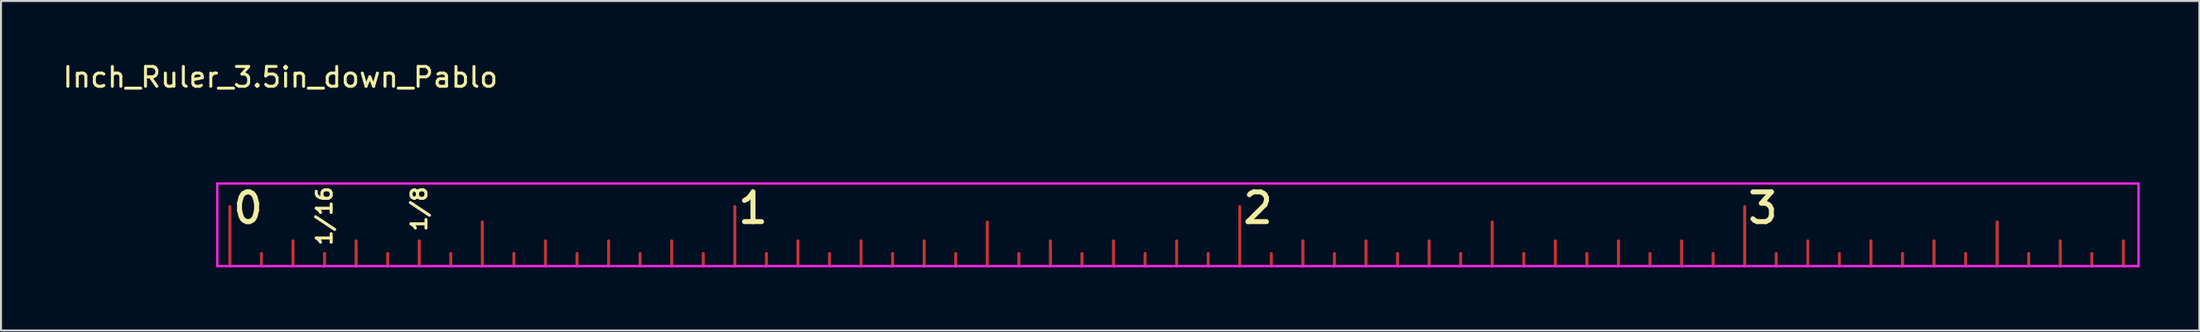
<source format=kicad_pcb>
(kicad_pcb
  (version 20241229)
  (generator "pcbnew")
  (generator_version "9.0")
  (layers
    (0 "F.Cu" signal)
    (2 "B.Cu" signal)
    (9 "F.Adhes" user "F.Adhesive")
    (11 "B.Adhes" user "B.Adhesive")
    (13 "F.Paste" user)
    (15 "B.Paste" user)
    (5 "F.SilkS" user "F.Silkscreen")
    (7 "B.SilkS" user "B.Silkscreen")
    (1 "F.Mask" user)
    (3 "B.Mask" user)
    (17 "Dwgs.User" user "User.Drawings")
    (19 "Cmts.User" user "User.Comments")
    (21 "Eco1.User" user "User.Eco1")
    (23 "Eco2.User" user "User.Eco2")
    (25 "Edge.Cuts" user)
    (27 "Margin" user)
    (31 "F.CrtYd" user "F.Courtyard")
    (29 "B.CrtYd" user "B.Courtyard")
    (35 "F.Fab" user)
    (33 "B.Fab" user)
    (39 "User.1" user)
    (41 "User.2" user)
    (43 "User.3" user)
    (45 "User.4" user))
  (footprint "Inch_Ruler_3.5in_down_Pablo"
    (layer "F.Cu")
    (at 8.514 10.373)
    (property "Reference" "Inch_Ruler_3.5in_down_Pablo" (at 2.54 -9.525 0) (layer "F.SilkS") (effects (font (size 1 1) (thickness 0.15))))
    (attr through_hole)
    (fp_line (start 0 0) (end 0 -3) (stroke (width 0.15) (type solid)) (layer "F.Cu"))
    (fp_line (start 1.587 0) (end 1.587 -0.635) (stroke (width 0.15) (type solid)) (layer "F.Cu"))
    (fp_line (start 3.175 0) (end 3.175 -1.27) (stroke (width 0.15) (type solid)) (layer "F.Cu"))
    (fp_line (start 4.763 0) (end 4.763 -0.635) (stroke (width 0.15) (type solid)) (layer "F.Cu"))
    (fp_line (start 6.35 0) (end 6.35 -1.27) (stroke (width 0.15) (type solid)) (layer "F.Cu"))
    (fp_line (start 7.938 0) (end 7.938 -0.635) (stroke (width 0.15) (type solid)) (layer "F.Cu"))
    (fp_line (start 9.525 0) (end 9.525 -1.27) (stroke (width 0.15) (type solid)) (layer "F.Cu"))
    (fp_line (start 11.113 0) (end 11.113 -0.635) (stroke (width 0.15) (type solid)) (layer "F.Cu"))
    (fp_line (start 12.7 0) (end 12.7 -2.223) (stroke (width 0.15) (type solid)) (layer "F.Cu"))
    (fp_line (start 14.287 0) (end 14.287 -0.635) (stroke (width 0.15) (type solid)) (layer "F.Cu"))
    (fp_line (start 15.875 0) (end 15.875 -1.27) (stroke (width 0.15) (type solid)) (layer "F.Cu"))
    (fp_line (start 17.462 0) (end 17.462 -0.635) (stroke (width 0.15) (type solid)) (layer "F.Cu"))
    (fp_line (start 19.05 0) (end 19.05 -1.27) (stroke (width 0.15) (type solid)) (layer "F.Cu"))
    (fp_line (start 20.637 0) (end 20.637 -0.635) (stroke (width 0.15) (type solid)) (layer "F.Cu"))
    (fp_line (start 22.225 0) (end 22.225 -1.27) (stroke (width 0.15) (type solid)) (layer "F.Cu"))
    (fp_line (start 23.812 0) (end 23.812 -0.635) (stroke (width 0.15) (type solid)) (layer "F.Cu"))
    (fp_line (start 25.4 0) (end 25.4 -3) (stroke (width 0.15) (type solid)) (layer "F.Cu"))
    (fp_line (start 26.988 0) (end 26.988 -0.635) (stroke (width 0.15) (type solid)) (layer "F.Cu"))
    (fp_line (start 28.575 0) (end 28.575 -1.27) (stroke (width 0.15) (type solid)) (layer "F.Cu"))
    (fp_line (start 30.163 0) (end 30.163 -0.635) (stroke (width 0.15) (type solid)) (layer "F.Cu"))
    (fp_line (start 31.75 0) (end 31.75 -1.27) (stroke (width 0.15) (type solid)) (layer "F.Cu"))
    (fp_line (start 33.337 0) (end 33.337 -0.635) (stroke (width 0.15) (type solid)) (layer "F.Cu"))
    (fp_line (start 34.925 0) (end 34.925 -1.27) (stroke (width 0.15) (type solid)) (layer "F.Cu"))
    (fp_line (start 36.513 0) (end 36.513 -0.635) (stroke (width 0.15) (type solid)) (layer "F.Cu"))
    (fp_line (start 38.1 0) (end 38.1 -2.223) (stroke (width 0.15) (type solid)) (layer "F.Cu"))
    (fp_line (start 39.688 0) (end 39.688 -0.635) (stroke (width 0.15) (type solid)) (layer "F.Cu"))
    (fp_line (start 41.275 0) (end 41.275 -1.27) (stroke (width 0.15) (type solid)) (layer "F.Cu"))
    (fp_line (start 42.862 0) (end 42.862 -0.635) (stroke (width 0.15) (type solid)) (layer "F.Cu"))
    (fp_line (start 44.45 0) (end 44.45 -1.27) (stroke (width 0.15) (type solid)) (layer "F.Cu"))
    (fp_line (start 46.038 0) (end 46.038 -0.635) (stroke (width 0.15) (type solid)) (layer "F.Cu"))
    (fp_line (start 47.625 0) (end 47.625 -1.27) (stroke (width 0.15) (type solid)) (layer "F.Cu"))
    (fp_line (start 49.212 0) (end 49.212 -0.635) (stroke (width 0.15) (type solid)) (layer "F.Cu"))
    (fp_line (start 50.8 0) (end 50.8 -3) (stroke (width 0.15) (type solid)) (layer "F.Cu"))
    (fp_line (start 52.388 0) (end 52.388 -0.635) (stroke (width 0.15) (type solid)) (layer "F.Cu"))
    (fp_line (start 53.975 0) (end 53.975 -1.27) (stroke (width 0.15) (type solid)) (layer "F.Cu"))
    (fp_line (start 55.562 0) (end 55.562 -0.635) (stroke (width 0.15) (type solid)) (layer "F.Cu"))
    (fp_line (start 57.15 0) (end 57.15 -1.27) (stroke (width 0.15) (type solid)) (layer "F.Cu"))
    (fp_line (start 58.737 0) (end 58.737 -0.635) (stroke (width 0.15) (type solid)) (layer "F.Cu"))
    (fp_line (start 60.325 0) (end 60.325 -1.27) (stroke (width 0.15) (type solid)) (layer "F.Cu"))
    (fp_line (start 61.913 0) (end 61.913 -0.635) (stroke (width 0.15) (type solid)) (layer "F.Cu"))
    (fp_line (start 63.5 0) (end 63.5 -2.223) (stroke (width 0.15) (type solid)) (layer "F.Cu"))
    (fp_line (start 65.088 0) (end 65.088 -0.635) (stroke (width 0.15) (type solid)) (layer "F.Cu"))
    (fp_line (start 66.675 0) (end 66.675 -1.27) (stroke (width 0.15) (type solid)) (layer "F.Cu"))
    (fp_line (start 68.263 0) (end 68.263 -0.635) (stroke (width 0.15) (type solid)) (layer "F.Cu"))
    (fp_line (start 69.85 0) (end 69.85 -1.27) (stroke (width 0.15) (type solid)) (layer "F.Cu"))
    (fp_line (start 71.438 0) (end 71.438 -0.635) (stroke (width 0.15) (type solid)) (layer "F.Cu"))
    (fp_line (start 73.025 0) (end 73.025 -1.27) (stroke (width 0.15) (type solid)) (layer "F.Cu"))
    (fp_line (start 74.612 0) (end 74.612 -0.635) (stroke (width 0.15) (type solid)) (layer "F.Cu"))
    (fp_line (start 76.2 0) (end 76.2 -3) (stroke (width 0.15) (type solid)) (layer "F.Cu"))
    (fp_line (start 77.787 0) (end 77.787 -0.635) (stroke (width 0.15) (type solid)) (layer "F.Cu"))
    (fp_line (start 79.375 0) (end 79.375 -1.27) (stroke (width 0.15) (type solid)) (layer "F.Cu"))
    (fp_line (start 80.963 0) (end 80.963 -0.635) (stroke (width 0.15) (type solid)) (layer "F.Cu"))
    (fp_line (start 82.55 0) (end 82.55 -1.27) (stroke (width 0.15) (type solid)) (layer "F.Cu"))
    (fp_line (start 84.138 0) (end 84.138 -0.635) (stroke (width 0.15) (type solid)) (layer "F.Cu"))
    (fp_line (start 85.725 0) (end 85.725 -1.27) (stroke (width 0.15) (type solid)) (layer "F.Cu"))
    (fp_line (start 87.312 0) (end 87.312 -0.635) (stroke (width 0.15) (type solid)) (layer "F.Cu"))
    (fp_line (start 88.9 0) (end 88.9 -2.223) (stroke (width 0.15) (type solid)) (layer "F.Cu"))
    (fp_line (start 90.487 0) (end 90.487 -0.635) (stroke (width 0.15) (type solid)) (layer "F.Cu"))
    (fp_line (start 92.075 0) (end 92.075 -1.27) (stroke (width 0.15) (type solid)) (layer "F.Cu"))
    (fp_line (start 93.662 0) (end 93.662 -0.635) (stroke (width 0.15) (type solid)) (layer "F.Cu"))
    (fp_line (start 95.25 0) (end 95.25 -1.27) (stroke (width 0.15) (type solid)) (layer "F.Cu"))
    (fp_line (start 0 0) (end 0 -3) (stroke (width 0.15) (type solid)) (layer "F.Mask"))
    (fp_line (start 1.587 0) (end 1.587 -0.635) (stroke (width 0.15) (type solid)) (layer "F.Mask"))
    (fp_line (start 3.175 0) (end 3.175 -1.27) (stroke (width 0.15) (type solid)) (layer "F.Mask"))
    (fp_line (start 4.763 0) (end 4.763 -0.635) (stroke (width 0.15) (type solid)) (layer "F.Mask"))
    (fp_line (start 6.35 0) (end 6.35 -1.27) (stroke (width 0.15) (type solid)) (layer "F.Mask"))
    (fp_line (start 7.938 0) (end 7.938 -0.635) (stroke (width 0.15) (type solid)) (layer "F.Mask"))
    (fp_line (start 9.525 0) (end 9.525 -1.27) (stroke (width 0.15) (type solid)) (layer "F.Mask"))
    (fp_line (start 11.113 0) (end 11.113 -0.635) (stroke (width 0.15) (type solid)) (layer "F.Mask"))
    (fp_line (start 12.7 0) (end 12.7 -2.223) (stroke (width 0.15) (type solid)) (layer "F.Mask"))
    (fp_line (start 14.287 0) (end 14.287 -0.635) (stroke (width 0.15) (type solid)) (layer "F.Mask"))
    (fp_line (start 15.875 0) (end 15.875 -1.27) (stroke (width 0.15) (type solid)) (layer "F.Mask"))
    (fp_line (start 17.462 0) (end 17.462 -0.635) (stroke (width 0.15) (type solid)) (layer "F.Mask"))
    (fp_line (start 19.05 0) (end 19.05 -1.27) (stroke (width 0.15) (type solid)) (layer "F.Mask"))
    (fp_line (start 20.637 0) (end 20.637 -0.635) (stroke (width 0.15) (type solid)) (layer "F.Mask"))
    (fp_line (start 22.225 0) (end 22.225 -1.27) (stroke (width 0.15) (type solid)) (layer "F.Mask"))
    (fp_line (start 23.812 0) (end 23.812 -0.635) (stroke (width 0.15) (type solid)) (layer "F.Mask"))
    (fp_line (start 25.4 0) (end 25.4 -3) (stroke (width 0.15) (type solid)) (layer "F.Mask"))
    (fp_line (start 26.988 0) (end 26.988 -0.635) (stroke (width 0.15) (type solid)) (layer "F.Mask"))
    (fp_line (start 28.575 0) (end 28.575 -1.27) (stroke (width 0.15) (type solid)) (layer "F.Mask"))
    (fp_line (start 30.163 0) (end 30.163 -0.635) (stroke (width 0.15) (type solid)) (layer "F.Mask"))
    (fp_line (start 31.75 0) (end 31.75 -1.27) (stroke (width 0.15) (type solid)) (layer "F.Mask"))
    (fp_line (start 33.337 0) (end 33.337 -0.635) (stroke (width 0.15) (type solid)) (layer "F.Mask"))
    (fp_line (start 34.925 0) (end 34.925 -1.27) (stroke (width 0.15) (type solid)) (layer "F.Mask"))
    (fp_line (start 36.513 0) (end 36.513 -0.635) (stroke (width 0.15) (type solid)) (layer "F.Mask"))
    (fp_line (start 38.1 0) (end 38.1 -2.223) (stroke (width 0.15) (type solid)) (layer "F.Mask"))
    (fp_line (start 39.688 0) (end 39.688 -0.635) (stroke (width 0.15) (type solid)) (layer "F.Mask"))
    (fp_line (start 41.275 0) (end 41.275 -1.27) (stroke (width 0.15) (type solid)) (layer "F.Mask"))
    (fp_line (start 42.862 0) (end 42.862 -0.635) (stroke (width 0.15) (type solid)) (layer "F.Mask"))
    (fp_line (start 44.45 0) (end 44.45 -1.27) (stroke (width 0.15) (type solid)) (layer "F.Mask"))
    (fp_line (start 46.038 0) (end 46.038 -0.635) (stroke (width 0.15) (type solid)) (layer "F.Mask"))
    (fp_line (start 47.625 0) (end 47.625 -1.27) (stroke (width 0.15) (type solid)) (layer "F.Mask"))
    (fp_line (start 49.212 0) (end 49.212 -0.635) (stroke (width 0.15) (type solid)) (layer "F.Mask"))
    (fp_line (start 50.8 0) (end 50.8 -3) (stroke (width 0.15) (type solid)) (layer "F.Mask"))
    (fp_line (start 52.388 0) (end 52.388 -0.635) (stroke (width 0.15) (type solid)) (layer "F.Mask"))
    (fp_line (start 53.975 0) (end 53.975 -1.27) (stroke (width 0.15) (type solid)) (layer "F.Mask"))
    (fp_line (start 55.562 0) (end 55.562 -0.635) (stroke (width 0.15) (type solid)) (layer "F.Mask"))
    (fp_line (start 57.15 0) (end 57.15 -1.27) (stroke (width 0.15) (type solid)) (layer "F.Mask"))
    (fp_line (start 58.737 0) (end 58.737 -0.635) (stroke (width 0.15) (type solid)) (layer "F.Mask"))
    (fp_line (start 60.325 0) (end 60.325 -1.27) (stroke (width 0.15) (type solid)) (layer "F.Mask"))
    (fp_line (start 61.913 0) (end 61.913 -0.635) (stroke (width 0.15) (type solid)) (layer "F.Mask"))
    (fp_line (start 63.5 0) (end 63.5 -2.223) (stroke (width 0.15) (type solid)) (layer "F.Mask"))
    (fp_line (start 65.088 0) (end 65.088 -0.635) (stroke (width 0.15) (type solid)) (layer "F.Mask"))
    (fp_line (start 66.675 0) (end 66.675 -1.27) (stroke (width 0.15) (type solid)) (layer "F.Mask"))
    (fp_line (start 68.263 0) (end 68.263 -0.635) (stroke (width 0.15) (type solid)) (layer "F.Mask"))
    (fp_line (start 69.85 0) (end 69.85 -1.27) (stroke (width 0.15) (type solid)) (layer "F.Mask"))
    (fp_line (start 71.438 0) (end 71.438 -0.635) (stroke (width 0.15) (type solid)) (layer "F.Mask"))
    (fp_line (start 73.025 0) (end 73.025 -1.27) (stroke (width 0.15) (type solid)) (layer "F.Mask"))
    (fp_line (start 74.612 0) (end 74.612 -0.635) (stroke (width 0.15) (type solid)) (layer "F.Mask"))
    (fp_line (start 76.2 0) (end 76.2 -3) (stroke (width 0.15) (type solid)) (layer "F.Mask"))
    (fp_line (start 77.787 0) (end 77.787 -0.635) (stroke (width 0.15) (type solid)) (layer "F.Mask"))
    (fp_line (start 79.375 0) (end 79.375 -1.27) (stroke (width 0.15) (type solid)) (layer "F.Mask"))
    (fp_line (start 80.963 0) (end 80.963 -0.635) (stroke (width 0.15) (type solid)) (layer "F.Mask"))
    (fp_line (start 82.55 0) (end 82.55 -1.27) (stroke (width 0.15) (type solid)) (layer "F.Mask"))
    (fp_line (start 84.138 0) (end 84.138 -0.635) (stroke (width 0.15) (type solid)) (layer "F.Mask"))
    (fp_line (start 85.725 0) (end 85.725 -1.27) (stroke (width 0.15) (type solid)) (layer "F.Mask"))
    (fp_line (start 87.312 0) (end 87.312 -0.635) (stroke (width 0.15) (type solid)) (layer "F.Mask"))
    (fp_line (start 88.9 0) (end 88.9 -2.223) (stroke (width 0.15) (type solid)) (layer "F.Mask"))
    (fp_line (start 90.487 0) (end 90.487 -0.635) (stroke (width 0.15) (type solid)) (layer "F.Mask"))
    (fp_line (start 92.075 0) (end 92.075 -1.27) (stroke (width 0.15) (type solid)) (layer "F.Mask"))
    (fp_line (start 93.662 0) (end 93.662 -0.635) (stroke (width 0.15) (type solid)) (layer "F.Mask"))
    (fp_line (start 95.25 0) (end 95.25 -1.27) (stroke (width 0.15) (type solid)) (layer "F.Mask"))
    (fp_line (start -0.635 -4.166) (end -0.635 0) (stroke (width 0.12) (type solid)) (layer "F.CrtYd"))
    (fp_line (start -0.635 0) (end 96.012 0) (stroke (width 0.12) (type solid)) (layer "F.CrtYd"))
    (fp_line (start 96.012 -4.166) (end -0.635 -4.166) (stroke (width 0.12) (type solid)) (layer "F.CrtYd"))
    (fp_line (start 96.012 0) (end 96.012 -4.166) (stroke (width 0.12) (type solid)) (layer "F.CrtYd"))
    (fp_text user "1/8" (at 9.525 -2.882 90) (layer "F.SilkS") (effects (font (size 0.75 0.75) (thickness 0.15))))
    (fp_text user "3" (at 77.114 -2.922 0) (layer "F.SilkS") (effects (font (size 1.5 1.5) (thickness 0.25))))
    (fp_text user "2" (at 51.714 -2.922 0) (layer "F.SilkS") (effects (font (size 1.5 1.5) (thickness 0.25))))
    (fp_text user "1" (at 26.314 -2.922 0) (layer "F.SilkS") (effects (font (size 1.5 1.5) (thickness 0.25))))
    (fp_text user "0" (at 0.914 -2.922 0) (layer "F.SilkS") (effects (font (size 1.5 1.5) (thickness 0.25))))
    (fp_text user "1/16" (at 4.755 -2.525 90) (layer "F.SilkS") (effects (font (size 0.75 0.75) (thickness 0.15)))))
  (gr_rect
    (start -3 -3)
    (end 107.586 13.623)
    (stroke (width 0.1) (type default))
    (fill no)
    (layer "Edge.Cuts")))
</source>
